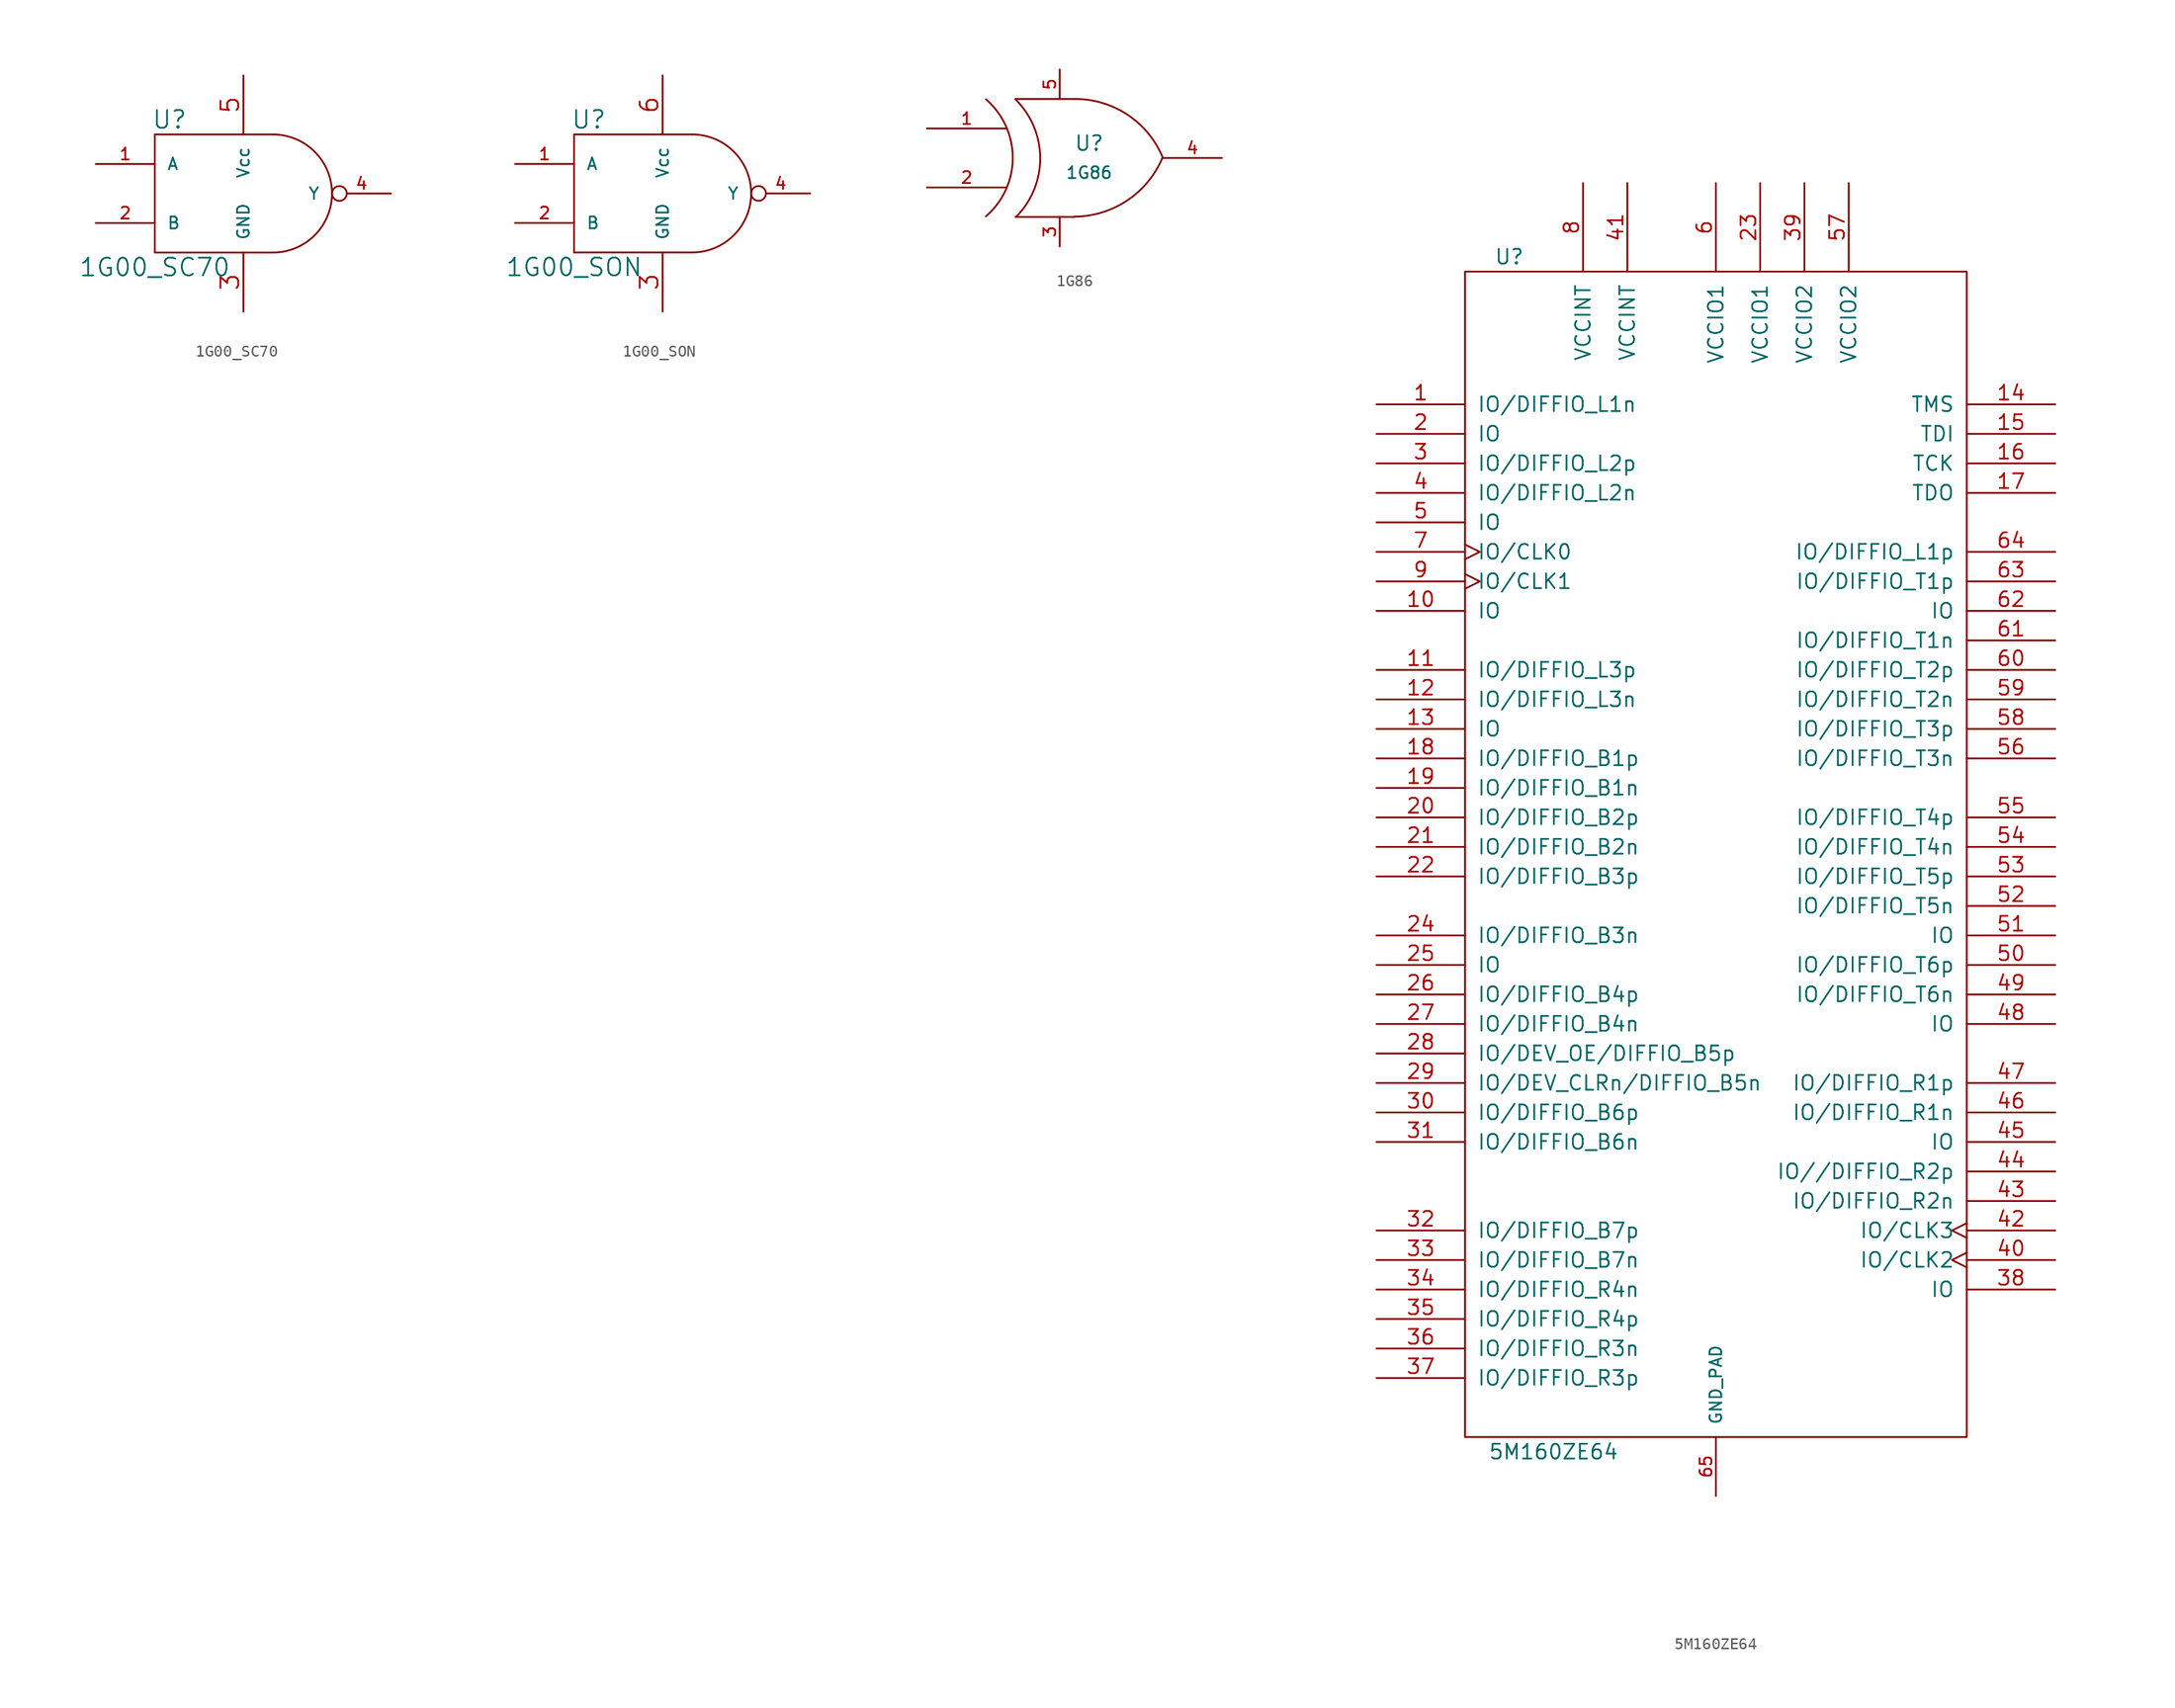
<source format=kicad_sym>
(kicad_symbol_lib
  (version 20211014)
  (generator kicad_symbol_editor)
  (symbol "1G00_SC70"
    (pin_names
      (offset 1.016))
    (property "Reference" "U"
      (at -6.35 6.35 0)
      (effects (font (size 1.524 1.524))))
    (property "Value" "1G00_SC70"
      (at -7.62 -6.35 0)
      (effects (font (size 1.524 1.524))))
    (property "Footprint" ""
      (at 0 0 0)
      (effects (font (size 1.524 1.524))))
    (property "Datasheet" ""
      (at 0 0 0)
      (effects (font (size 1.524 1.524))))
    (symbol "1G00_SC70_1_0"
      (polyline (pts (xy -7.62 -5.08) (xy 2.54 -5.08)) (stroke (width 0) (type default) (color 0 0 0 0)) (fill (type none)))
      (polyline (pts (xy -7.62 5.08) (xy -7.62 -5.08)) (stroke (width 0) (type default) (color 0 0 0 0)) (fill (type none)))
      (polyline (pts (xy 2.54 5.08) (xy -7.62 5.08)) (stroke (width 0) (type default) (color 0 0 0 0)) (fill (type none))))
    (symbol "1G00_SC70_1_1"
      (arc (start 2.54 -5.08) (mid 7.62 0) (end 2.54 5.08) (stroke (width 0) (type default) (color 0 0 0 0)) (fill (type none)))
      (pin input line (at -12.7 2.54 0) (length 5.08) (name "A" (effects (font (size 1.016 1.016)))) (number "1" (effects (font (size 1.016 1.016)))))
      (pin input line (at -12.7 -2.54 0) (length 5.08) (name "B" (effects (font (size 1.016 1.016)))) (number "2" (effects (font (size 1.016 1.016)))))
      (pin power_out line (at 0 -10.16 90) (length 5.08) (name "GND" (effects (font (size 1.016 1.016)))) (number "3" (effects (font (size 1.524 1.524)))))
      (pin output inverted (at 12.7 0 180) (length 5.08) (name "Y" (effects (font (size 1.016 1.016)))) (number "4" (effects (font (size 1.016 1.016)))))
      (pin power_in line (at 0 10.16 270) (length 5.08) (name "Vcc" (effects (font (size 1.016 1.016)))) (number "5" (effects (font (size 1.524 1.524)))))))
  (symbol "1G00_SON"
    (pin_names
      (offset 1.016))
    (property "Reference" "U"
      (at -6.35 6.35 0)
      (effects (font (size 1.524 1.524))))
    (property "Value" "1G00_SON"
      (at -7.62 -6.35 0)
      (effects (font (size 1.524 1.524))))
    (property "Footprint" ""
      (at 0 0 0)
      (effects (font (size 1.524 1.524))))
    (property "Datasheet" ""
      (at 0 0 0)
      (effects (font (size 1.524 1.524))))
    (symbol "1G00_SON_1_0"
      (polyline (pts (xy -7.62 -5.08) (xy 2.54 -5.08)) (stroke (width 0) (type default) (color 0 0 0 0)) (fill (type none)))
      (polyline (pts (xy -7.62 5.08) (xy -7.62 -5.08)) (stroke (width 0) (type default) (color 0 0 0 0)) (fill (type none)))
      (polyline (pts (xy 2.54 5.08) (xy -7.62 5.08)) (stroke (width 0) (type default) (color 0 0 0 0)) (fill (type none))))
    (symbol "1G00_SON_1_1"
      (arc (start 2.54 -5.08) (mid 7.62 0) (end 2.54 5.08) (stroke (width 0) (type default) (color 0 0 0 0)) (fill (type none)))
      (pin input line (at -12.7 2.54 0) (length 5.08) (name "A" (effects (font (size 1.016 1.016)))) (number "1" (effects (font (size 1.016 1.016)))))
      (pin input line (at -12.7 -2.54 0) (length 5.08) (name "B" (effects (font (size 1.016 1.016)))) (number "2" (effects (font (size 1.016 1.016)))))
      (pin power_out line (at 0 -10.16 90) (length 5.08) (name "GND" (effects (font (size 1.016 1.016)))) (number "3" (effects (font (size 1.524 1.524)))))
      (pin output inverted (at 12.7 0 180) (length 5.08) (name "Y" (effects (font (size 1.016 1.016)))) (number "4" (effects (font (size 1.016 1.016)))))
      (pin power_in line (at 0 10.16 270) (length 5.08) (name "Vcc" (effects (font (size 1.016 1.016)))) (number "6" (effects (font (size 1.524 1.524)))))))
  (symbol "1G86"
    (pin_names
      (offset 0.762) hide)
    (property "Reference" "U"
      (at 1.27 1.27 0)
      (effects (font (size 1.27 1.27))))
    (property "Value" "1G86"
      (at 1.27 -1.27 0)
      (effects (font (size 1.016 1.016))))
    (property "Footprint" ""
      (at 0 0 0)
      (effects (font (size 1.524 1.524))))
    (property "Datasheet" ""
      (at 0 0 0)
      (effects (font (size 1.524 1.524))))
    (symbol "1G86_0_0"
      (pin power_in line (at -1.27 -7.62 90) (length 2.54) (name "GND" (effects (font (size 1.016 1.016)))) (number "3" (effects (font (size 1.016 1.016)))))
      (pin power_in line (at -1.27 7.62 270) (length 2.54) (name "VCC" (effects (font (size 1.016 1.016)))) (number "5" (effects (font (size 1.016 1.016))))))
    (symbol "1G86_0_1"
      (arc (start -7.62 -5.0292) (mid -5.3094 0.0127) (end -7.62 5.0546) (stroke (width 0) (type default) (color 0 0 0 0)) (fill (type none)))
      (arc (start -5.0292 -5.08) (mid -2.9462 -0.0021) (end -5.08 5.0546) (stroke (width 0) (type default) (color 0 0 0 0)) (fill (type none)))
      (arc (start 0 -5.0546) (mid 4.5649 -3.6437) (end 7.5946 0.0508) (stroke (width 0) (type default) (color 0 0 0 0)) (fill (type none)))
      (polyline (pts (xy -5.08 -5.08) (xy 0 -5.08)) (stroke (width 0) (type default) (color 0 0 0 0)) (fill (type none)))
      (polyline (pts (xy -5.08 5.08) (xy 0 5.08)) (stroke (width 0) (type default) (color 0 0 0 0)) (fill (type none)))
      (arc (start 7.62 0) (mid 4.6112 3.6959) (end 0.0508 5.08) (stroke (width 0) (type default) (color 0 0 0 0)) (fill (type none))))
    (symbol "1G86_1_1"
      (pin input line (at -12.7 2.54 0) (length 6.858) (name "IN1" (effects (font (size 1.016 1.016)))) (number "1" (effects (font (size 1.016 1.016)))))
      (pin input line (at -12.7 -2.54 0) (length 6.858) (name "IN2" (effects (font (size 1.016 1.016)))) (number "2" (effects (font (size 1.016 1.016)))))
      (pin output line (at 12.7 0 180) (length 5.08) (name "OUT" (effects (font (size 1.016 1.016)))) (number "4" (effects (font (size 1.016 1.016)))))))
  (symbol "5M160ZE64"
    (pin_names
      (offset 1.016))
    (property "Reference" "U"
      (at -17.78 52.07 0)
      (effects (font (size 1.27 1.27))))
    (property "Value" "5M160ZE64"
      (at -13.97 -50.8 0)
      (effects (font (size 1.27 1.27))))
    (symbol "5M160ZE64_0_1"
      (rectangle (start -21.59 -49.53) (end 21.59 50.8) (stroke (width 0) (type default) (color 0 0 0 0)) (fill (type none))))
    (symbol "5M160ZE64_1_1"
      (pin input line (at -29.21 39.37 0) (length 7.62) (name "IO/DIFFIO_L1n" (effects (font (size 1.27 1.27)))) (number "1" (effects (font (size 1.27 1.27)))))
      (pin input line (at -29.21 21.59 0) (length 7.62) (name "IO" (effects (font (size 1.27 1.27)))) (number "10" (effects (font (size 1.27 1.27)))))
      (pin input line (at -29.21 16.51 0) (length 7.62) (name "IO/DIFFIO_L3p" (effects (font (size 1.27 1.27)))) (number "11" (effects (font (size 1.27 1.27)))))
      (pin input line (at -29.21 13.97 0) (length 7.62) (name "IO/DIFFIO_L3n" (effects (font (size 1.27 1.27)))) (number "12" (effects (font (size 1.27 1.27)))))
      (pin input line (at -29.21 11.43 0) (length 7.62) (name "IO" (effects (font (size 1.27 1.27)))) (number "13" (effects (font (size 1.27 1.27)))))
      (pin input line (at 29.21 39.37 180) (length 7.62) (name "TMS" (effects (font (size 1.27 1.27)))) (number "14" (effects (font (size 1.27 1.27)))))
      (pin input line (at 29.21 36.83 180) (length 7.62) (name "TDI" (effects (font (size 1.27 1.27)))) (number "15" (effects (font (size 1.27 1.27)))))
      (pin input line (at 29.21 34.29 180) (length 7.62) (name "TCK" (effects (font (size 1.27 1.27)))) (number "16" (effects (font (size 1.27 1.27)))))
      (pin input line (at 29.21 31.75 180) (length 7.62) (name "TDO" (effects (font (size 1.27 1.27)))) (number "17" (effects (font (size 1.27 1.27)))))
      (pin input line (at -29.21 8.89 0) (length 7.62) (name "IO/DIFFIO_B1p" (effects (font (size 1.27 1.27)))) (number "18" (effects (font (size 1.27 1.27)))))
      (pin input line (at -29.21 6.35 0) (length 7.62) (name "IO/DIFFIO_B1n" (effects (font (size 1.27 1.27)))) (number "19" (effects (font (size 1.27 1.27)))))
      (pin input line (at -29.21 36.83 0) (length 7.62) (name "IO" (effects (font (size 1.27 1.27)))) (number "2" (effects (font (size 1.27 1.27)))))
      (pin input line (at -29.21 3.81 0) (length 7.62) (name "IO/DIFFIO_B2p" (effects (font (size 1.27 1.27)))) (number "20" (effects (font (size 1.27 1.27)))))
      (pin input line (at -29.21 1.27 0) (length 7.62) (name "IO/DIFFIO_B2n" (effects (font (size 1.27 1.27)))) (number "21" (effects (font (size 1.27 1.27)))))
      (pin input line (at -29.21 -1.27 0) (length 7.62) (name "IO/DIFFIO_B3p" (effects (font (size 1.27 1.27)))) (number "22" (effects (font (size 1.27 1.27)))))
      (pin power_in line (at 3.81 58.42 270) (length 7.62) (name "VCCIO1" (effects (font (size 1.27 1.27)))) (number "23" (effects (font (size 1.27 1.27)))))
      (pin input line (at -29.21 -6.35 0) (length 7.62) (name "IO/DIFFIO_B3n" (effects (font (size 1.27 1.27)))) (number "24" (effects (font (size 1.27 1.27)))))
      (pin input line (at -29.21 -8.89 0) (length 7.62) (name "IO" (effects (font (size 1.27 1.27)))) (number "25" (effects (font (size 1.27 1.27)))))
      (pin input line (at -29.21 -11.43 0) (length 7.62) (name "IO/DIFFIO_B4p" (effects (font (size 1.27 1.27)))) (number "26" (effects (font (size 1.27 1.27)))))
      (pin input line (at -29.21 -13.97 0) (length 7.62) (name "IO/DIFFIO_B4n" (effects (font (size 1.27 1.27)))) (number "27" (effects (font (size 1.27 1.27)))))
      (pin input line (at -29.21 -16.51 0) (length 7.62) (name "IO/DEV_OE/DIFFIO_B5p" (effects (font (size 1.27 1.27)))) (number "28" (effects (font (size 1.27 1.27)))))
      (pin input line (at -29.21 -19.05 0) (length 7.62) (name "IO/DEV_CLRn/DIFFIO_B5n" (effects (font (size 1.27 1.27)))) (number "29" (effects (font (size 1.27 1.27)))))
      (pin input line (at -29.21 34.29 0) (length 7.62) (name "IO/DIFFIO_L2p" (effects (font (size 1.27 1.27)))) (number "3" (effects (font (size 1.27 1.27)))))
      (pin input line (at -29.21 -21.59 0) (length 7.62) (name "IO/DIFFIO_B6p" (effects (font (size 1.27 1.27)))) (number "30" (effects (font (size 1.27 1.27)))))
      (pin input line (at -29.21 -24.13 0) (length 7.62) (name "IO/DIFFIO_B6n" (effects (font (size 1.27 1.27)))) (number "31" (effects (font (size 1.27 1.27)))))
      (pin input line (at -29.21 -31.75 0) (length 7.62) (name "IO/DIFFIO_B7p" (effects (font (size 1.27 1.27)))) (number "32" (effects (font (size 1.27 1.27)))))
      (pin input line (at -29.21 -34.29 0) (length 7.62) (name "IO/DIFFIO_B7n" (effects (font (size 1.27 1.27)))) (number "33" (effects (font (size 1.27 1.27)))))
      (pin input line (at -29.21 -36.83 0) (length 7.62) (name "IO/DIFFIO_R4n" (effects (font (size 1.27 1.27)))) (number "34" (effects (font (size 1.27 1.27)))))
      (pin input line (at -29.21 -39.37 0) (length 7.62) (name "IO/DIFFIO_R4p" (effects (font (size 1.27 1.27)))) (number "35" (effects (font (size 1.27 1.27)))))
      (pin input line (at -29.21 -41.91 0) (length 7.62) (name "IO/DIFFIO_R3n" (effects (font (size 1.27 1.27)))) (number "36" (effects (font (size 1.27 1.27)))))
      (pin input line (at -29.21 -44.45 0) (length 7.62) (name "IO/DIFFIO_R3p" (effects (font (size 1.27 1.27)))) (number "37" (effects (font (size 1.27 1.27)))))
      (pin input line (at 29.21 -36.83 180) (length 7.62) (name "IO" (effects (font (size 1.27 1.27)))) (number "38" (effects (font (size 1.27 1.27)))))
      (pin power_in line (at 7.62 58.42 270) (length 7.62) (name "VCCIO2" (effects (font (size 1.27 1.27)))) (number "39" (effects (font (size 1.27 1.27)))))
      (pin input line (at -29.21 31.75 0) (length 7.62) (name "IO/DIFFIO_L2n" (effects (font (size 1.27 1.27)))) (number "4" (effects (font (size 1.27 1.27)))))
      (pin input clock (at 29.21 -34.29 180) (length 7.62) (name "IO/CLK2" (effects (font (size 1.27 1.27)))) (number "40" (effects (font (size 1.27 1.27)))))
      (pin power_in line (at -7.62 58.42 270) (length 7.62) (name "VCCINT" (effects (font (size 1.27 1.27)))) (number "41" (effects (font (size 1.27 1.27)))))
      (pin input clock (at 29.21 -31.75 180) (length 7.62) (name "IO/CLK3" (effects (font (size 1.27 1.27)))) (number "42" (effects (font (size 1.27 1.27)))))
      (pin input line (at 29.21 -29.21 180) (length 7.62) (name "IO/DIFFIO_R2n" (effects (font (size 1.27 1.27)))) (number "43" (effects (font (size 1.27 1.27)))))
      (pin input line (at 29.21 -26.67 180) (length 7.62) (name "IO//DIFFIO_R2p" (effects (font (size 1.27 1.27)))) (number "44" (effects (font (size 1.27 1.27)))))
      (pin input line (at 29.21 -24.13 180) (length 7.62) (name "IO" (effects (font (size 1.27 1.27)))) (number "45" (effects (font (size 1.27 1.27)))))
      (pin input line (at 29.21 -21.59 180) (length 7.62) (name "IO/DIFFIO_R1n" (effects (font (size 1.27 1.27)))) (number "46" (effects (font (size 1.27 1.27)))))
      (pin input line (at 29.21 -19.05 180) (length 7.62) (name "IO/DIFFIO_R1p" (effects (font (size 1.27 1.27)))) (number "47" (effects (font (size 1.27 1.27)))))
      (pin input line (at 29.21 -13.97 180) (length 7.62) (name "IO" (effects (font (size 1.27 1.27)))) (number "48" (effects (font (size 1.27 1.27)))))
      (pin input line (at 29.21 -11.43 180) (length 7.62) (name "IO/DIFFIO_T6n" (effects (font (size 1.27 1.27)))) (number "49" (effects (font (size 1.27 1.27)))))
      (pin input line (at -29.21 29.21 0) (length 7.62) (name "IO" (effects (font (size 1.27 1.27)))) (number "5" (effects (font (size 1.27 1.27)))))
      (pin input line (at 29.21 -8.89 180) (length 7.62) (name "IO/DIFFIO_T6p" (effects (font (size 1.27 1.27)))) (number "50" (effects (font (size 1.27 1.27)))))
      (pin input line (at 29.21 -6.35 180) (length 7.62) (name "IO" (effects (font (size 1.27 1.27)))) (number "51" (effects (font (size 1.27 1.27)))))
      (pin input line (at 29.21 -3.81 180) (length 7.62) (name "IO/DIFFIO_T5n" (effects (font (size 1.27 1.27)))) (number "52" (effects (font (size 1.27 1.27)))))
      (pin input line (at 29.21 -1.27 180) (length 7.62) (name "IO/DIFFIO_T5p" (effects (font (size 1.27 1.27)))) (number "53" (effects (font (size 1.27 1.27)))))
      (pin input line (at 29.21 1.27 180) (length 7.62) (name "IO/DIFFIO_T4n" (effects (font (size 1.27 1.27)))) (number "54" (effects (font (size 1.27 1.27)))))
      (pin input line (at 29.21 3.81 180) (length 7.62) (name "IO/DIFFIO_T4p" (effects (font (size 1.27 1.27)))) (number "55" (effects (font (size 1.27 1.27)))))
      (pin input line (at 29.21 8.89 180) (length 7.62) (name "IO/DIFFIO_T3n" (effects (font (size 1.27 1.27)))) (number "56" (effects (font (size 1.27 1.27)))))
      (pin power_in line (at 11.43 58.42 270) (length 7.62) (name "VCCIO2" (effects (font (size 1.27 1.27)))) (number "57" (effects (font (size 1.27 1.27)))))
      (pin input line (at 29.21 11.43 180) (length 7.62) (name "IO/DIFFIO_T3p" (effects (font (size 1.27 1.27)))) (number "58" (effects (font (size 1.27 1.27)))))
      (pin input line (at 29.21 13.97 180) (length 7.62) (name "IO/DIFFIO_T2n" (effects (font (size 1.27 1.27)))) (number "59" (effects (font (size 1.27 1.27)))))
      (pin power_in line (at 0 58.42 270) (length 7.62) (name "VCCIO1" (effects (font (size 1.27 1.27)))) (number "6" (effects (font (size 1.27 1.27)))))
      (pin input line (at 29.21 16.51 180) (length 7.62) (name "IO/DIFFIO_T2p" (effects (font (size 1.27 1.27)))) (number "60" (effects (font (size 1.27 1.27)))))
      (pin input line (at 29.21 19.05 180) (length 7.62) (name "IO/DIFFIO_T1n" (effects (font (size 1.27 1.27)))) (number "61" (effects (font (size 1.27 1.27)))))
      (pin input line (at 29.21 21.59 180) (length 7.62) (name "IO" (effects (font (size 1.27 1.27)))) (number "62" (effects (font (size 1.27 1.27)))))
      (pin input line (at 29.21 24.13 180) (length 7.62) (name "IO/DIFFIO_T1p" (effects (font (size 1.27 1.27)))) (number "63" (effects (font (size 1.27 1.27)))))
      (pin input line (at 29.21 26.67 180) (length 7.62) (name "IO/DIFFIO_L1p" (effects (font (size 1.27 1.27)))) (number "64" (effects (font (size 1.27 1.27)))))
      (pin power_out line (at 0 -54.61 90) (length 5.08) (name "GND_PAD" (effects (font (size 1.016 1.016)))) (number "65" (effects (font (size 1.016 1.016)))))
      (pin input clock (at -29.21 26.67 0) (length 7.62) (name "IO/CLK0" (effects (font (size 1.27 1.27)))) (number "7" (effects (font (size 1.27 1.27)))))
      (pin power_in line (at -11.43 58.42 270) (length 7.62) (name "VCCINT" (effects (font (size 1.27 1.27)))) (number "8" (effects (font (size 1.27 1.27)))))
      (pin input clock (at -29.21 24.13 0) (length 7.62) (name "IO/CLK1" (effects (font (size 1.27 1.27)))) (number "9" (effects (font (size 1.27 1.27))))))))
</source>
